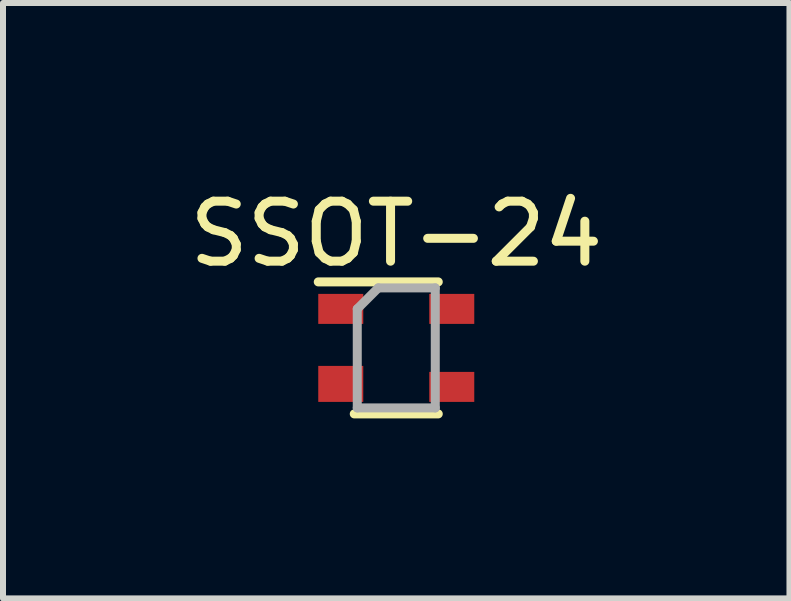
<source format=kicad_pcb>
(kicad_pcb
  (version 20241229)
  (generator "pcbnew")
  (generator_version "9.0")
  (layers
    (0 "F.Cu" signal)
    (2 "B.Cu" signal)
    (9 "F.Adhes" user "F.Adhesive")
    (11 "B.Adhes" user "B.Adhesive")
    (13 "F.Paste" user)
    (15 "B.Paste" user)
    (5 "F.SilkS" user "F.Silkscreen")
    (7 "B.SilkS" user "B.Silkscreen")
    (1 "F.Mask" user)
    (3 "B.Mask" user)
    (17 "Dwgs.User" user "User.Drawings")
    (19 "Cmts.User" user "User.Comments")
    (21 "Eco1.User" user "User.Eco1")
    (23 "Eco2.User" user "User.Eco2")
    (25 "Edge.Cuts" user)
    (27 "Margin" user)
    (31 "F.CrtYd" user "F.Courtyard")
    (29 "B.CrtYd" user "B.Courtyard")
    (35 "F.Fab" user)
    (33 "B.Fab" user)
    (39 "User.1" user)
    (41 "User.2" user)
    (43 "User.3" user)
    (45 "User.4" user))
  (footprint "SSOT-24"
    (layer "F.Cu")
    (at 3.554 2.748)
    (property "Reference" "SSOT-24" (at 0 -1.9 0) (layer "F.SilkS") (effects (font (size 1 1) (thickness 0.15))))
    (attr through_hole)
    (fp_line (start 0.7 -1.1) (end -1.3 -1.1) (stroke (width 0.15) (type solid)) (layer "F.SilkS"))
    (fp_line (start 0.7 1.1) (end -0.7 1.1) (stroke (width 0.15) (type solid)) (layer "F.SilkS"))
    (fp_line (start -0.65 -0.65) (end -0.3 -1) (stroke (width 0.15) (type solid)) (layer "F.Fab"))
    (fp_line (start -0.65 1) (end -0.65 -0.65) (stroke (width 0.15) (type solid)) (layer "F.Fab"))
    (fp_line (start -0.3 -1) (end 0.65 -1) (stroke (width 0.15) (type solid)) (layer "F.Fab"))
    (fp_line (start 0.65 -1) (end 0.65 1) (stroke (width 0.15) (type solid)) (layer "F.Fab"))
    (fp_line (start 0.65 1) (end -0.65 1) (stroke (width 0.15) (type solid)) (layer "F.Fab"))
    (pad "1" smd rect (at -0.925 -0.65) (size 0.75 0.5) (layers "F.Cu" "F.Mask" "F.Paste"))
    (pad "2" smd rect (at -0.925 0.65) (size 0.75 0.6) (drill (offset 0 -0.05)) (layers "F.Cu" "F.Mask" "F.Paste"))
    (pad "3" smd rect (at 0.925 0.65) (size 0.75 0.5) (layers "F.Cu" "F.Mask" "F.Paste"))
    (pad "4" smd rect (at 0.925 -0.65) (size 0.75 0.5) (layers "F.Cu" "F.Mask" "F.Paste")))
  (gr_rect
    (start -3 -3)
    (end 10.107 6.923)
    (stroke (width 0.1) (type default))
    (fill no)
    (layer "Edge.Cuts")))
</source>
